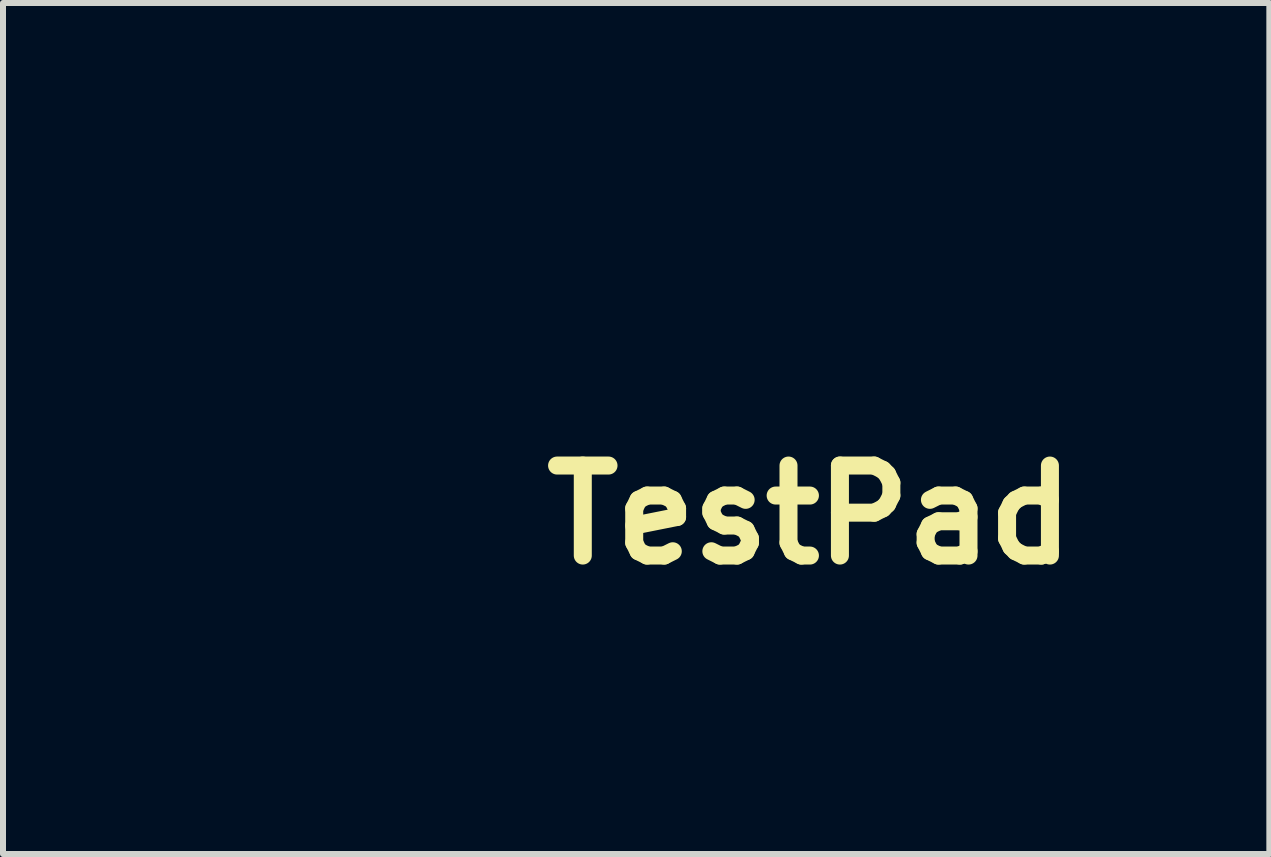
<source format=kicad_pcb>
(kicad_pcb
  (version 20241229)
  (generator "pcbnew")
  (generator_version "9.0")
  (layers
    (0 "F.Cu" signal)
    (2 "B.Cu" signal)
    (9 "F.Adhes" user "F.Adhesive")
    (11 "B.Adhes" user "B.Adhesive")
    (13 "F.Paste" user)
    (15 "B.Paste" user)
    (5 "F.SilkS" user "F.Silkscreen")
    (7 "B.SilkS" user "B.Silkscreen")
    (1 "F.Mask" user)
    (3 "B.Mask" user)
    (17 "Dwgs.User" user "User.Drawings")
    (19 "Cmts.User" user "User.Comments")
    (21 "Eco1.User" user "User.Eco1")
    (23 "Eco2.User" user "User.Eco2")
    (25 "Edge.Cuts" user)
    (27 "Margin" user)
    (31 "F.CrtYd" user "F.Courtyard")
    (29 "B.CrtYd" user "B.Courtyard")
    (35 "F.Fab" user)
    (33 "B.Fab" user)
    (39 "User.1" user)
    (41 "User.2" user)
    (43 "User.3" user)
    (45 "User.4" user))
  (footprint "TestPad"
    (layer "F.Cu")
    (at 10.449 5.531)
    (property "Reference" "TestPad" (at 0 0 0) (layer "F.SilkS") (effects (font (size 1.5 1.5) (thickness 0.3))))
    (attr board_only exclude_from_pos_files exclude_from_bom)
    (fp_poly (pts (xy -0.204 -2.7) (xy 0.333 -2.695) (xy 0.768 -2.686) (xy 1.125 -2.672) (xy 1.427 -2.652) (xy 1.696 -2.624) (xy 1.955 -2.587) (xy 2.143 -2.555) (xy 2.561 -2.479) (xy 2.874 -2.418) (xy 3.099 -2.367) (xy 3.253 -2.322) (xy 3.353 -2.278) (xy 3.417 -2.23) (xy 3.445 -2.196) (xy 3.494 -2.069) (xy 3.536 -1.851) (xy 3.567 -1.576) (xy 3.586 -1.276) (xy 3.589 -0.986) (xy 3.573 -0.737) (xy 3.572 -0.729) (xy 3.432 -0.097) (xy 3.182 0.499) (xy 2.833 1.046) (xy 2.4 1.53) (xy 1.893 1.936) (xy 1.326 2.251) (xy 0.807 2.435) (xy 0.4 2.542) (xy 0.081 2.613) (xy -0.181 2.65) (xy -0.417 2.653) (xy -0.657 2.622) (xy -0.934 2.557) (xy -1.273 2.46) (xy -1.877 2.245) (xy -2.429 1.976) (xy -2.91 1.666) (xy -3.298 1.326) (xy -3.458 1.139) (xy -3.558 0.998) (xy -3.586 0.917) (xy -3.548 0.861) (xy -3.526 0.844) (xy -3.39 0.789) (xy -3.144 0.741) (xy -2.804 0.698) (xy -2.385 0.661) (xy -1.903 0.632) (xy -1.372 0.611) (xy -0.807 0.598) (xy -0.224 0.593) (xy 0.363 0.599) (xy 0.938 0.614) (xy 1.486 0.64) (xy 1.493 0.641) (xy 2.333 0.692) (xy 2.535 0.381) (xy 2.668 0.147) (xy 2.784 -0.105) (xy 2.829 -0.229) (xy 2.881 -0.446) (xy 2.922 -0.712) (xy 2.951 -0.994) (xy 2.964 -1.257) (xy 2.959 -1.47) (xy 2.934 -1.599) (xy 2.928 -1.609) (xy 2.892 -1.639) (xy 2.82 -1.656) (xy 2.697 -1.661) (xy 2.506 -1.654) (xy 2.23 -1.633) (xy 1.852 -1.598) (xy 1.708 -1.584) (xy 1.261 -1.545) (xy 0.849 -1.517) (xy 0.44 -1.501) (xy 0.001 -1.495) (xy -0.501 -1.499) (xy -1.015 -1.509) (xy -1.58 -1.524) (xy -2.032 -1.542) (xy -2.384 -1.565) (xy -2.647 -1.593) (xy -2.832 -1.63) (xy -2.952 -1.677) (xy -3.018 -1.735) (xy -3.042 -1.807) (xy -3.043 -1.827) (xy -3.008 -2.037) (xy -2.918 -2.254) (xy -2.797 -2.427) (xy -2.717 -2.492) (xy -2.557 -2.559) (xy -2.345 -2.612) (xy -2.069 -2.651) (xy -1.716 -2.679) (xy -1.275 -2.695) (xy -0.732 -2.702)) (stroke (width 0) (type solid)) (fill yes) (layer "F.Mask"))
    (fp_poly (pts (xy -6.486 -5.522) (xy -6.299 -5.472) (xy -6.254 -5.449) (xy -6.15 -5.4) (xy -5.994 -5.344) (xy -5.815 -5.291) (xy -5.777 -5.281) (xy -5.259 -5.109) (xy -4.764 -4.862) (xy -4.306 -4.551) (xy -3.904 -4.185) (xy -3.862 -4.141) (xy -3.718 -3.972) (xy -3.636 -3.847) (xy -3.614 -3.757) (xy -3.649 -3.692) (xy -3.688 -3.666) (xy -3.775 -3.639) (xy -3.935 -3.608) (xy -4.155 -3.576) (xy -4.424 -3.543) (xy -4.729 -3.512) (xy -5.058 -3.483) (xy -5.4 -3.458) (xy -5.473 -3.453) (xy -6.315 -3.416) (xy -7.129 -3.416) (xy -7.957 -3.452) (xy -8.307 -3.477) (xy -9.168 -3.545) (xy -9.265 -3.454) (xy -9.355 -3.34) (xy -9.456 -3.163) (xy -9.559 -2.943) (xy -9.656 -2.701) (xy -9.739 -2.454) (xy -9.799 -2.224) (xy -9.8 -2.216) (xy -9.851 -1.943) (xy -9.877 -1.729) (xy -9.879 -1.551) (xy -9.859 -1.388) (xy -9.856 -1.373) (xy -9.828 -1.235) (xy -9.506 -1.26) (xy -9.341 -1.274) (xy -9.119 -1.295) (xy -8.867 -1.321) (xy -8.611 -1.348) (xy -8.569 -1.353) (xy -8.287 -1.378) (xy -7.938 -1.397) (xy -7.538 -1.411) (xy -7.105 -1.42) (xy -6.655 -1.424) (xy -6.206 -1.421) (xy -5.775 -1.413) (xy -5.379 -1.4) (xy -5.035 -1.38) (xy -4.965 -1.375) (xy -4.689 -1.35) (xy -4.488 -1.323) (xy -4.351 -1.291) (xy -4.268 -1.249) (xy -4.228 -1.192) (xy -4.222 -1.115) (xy -4.23 -1.061) (xy -4.267 -0.923) (xy -4.325 -0.767) (xy -4.395 -0.616) (xy -4.465 -0.495) (xy -4.523 -0.425) (xy -4.535 -0.419) (xy -4.677 -0.381) (xy -4.895 -0.346) (xy -5.179 -0.315) (xy -5.52 -0.29) (xy -5.909 -0.27) (xy -6.337 -0.256) (xy -6.618 -0.251) (xy -6.927 -0.248) (xy -7.214 -0.246) (xy -7.468 -0.246) (xy -7.675 -0.247) (xy -7.821 -0.25) (xy -7.89 -0.254) (xy -7.987 -0.265) (xy -8.147 -0.283) (xy -8.351 -0.305) (xy -8.578 -0.33) (xy -8.633 -0.336) (xy -8.929 -0.372) (xy -9.227 -0.415) (xy -9.513 -0.463) (xy -9.774 -0.513) (xy -9.996 -0.562) (xy -10.167 -0.609) (xy -10.272 -0.649) (xy -10.295 -0.664) (xy -10.327 -0.731) (xy -10.364 -0.859) (xy -10.398 -1.026) (xy -10.412 -1.109) (xy -10.449 -1.636) (xy -10.405 -2.166) (xy -10.284 -2.687) (xy -10.088 -3.191) (xy -9.821 -3.666) (xy -9.511 -4.072) (xy -9.253 -4.349) (xy -9 -4.572) (xy -8.724 -4.766) (xy -8.437 -4.932) (xy -8.256 -5.022) (xy -8.052 -5.113) (xy -7.845 -5.195) (xy -7.656 -5.262) (xy -7.506 -5.306) (xy -7.427 -5.318) (xy -7.354 -5.337) (xy -7.236 -5.383) (xy -7.148 -5.424) (xy -6.939 -5.497) (xy -6.708 -5.531)) (stroke (width 0) (type solid)) (fill yes) (layer "F.Mask")))
  (gr_rect
    (start -3 -3)
    (end 18.106 11.184)
    (stroke (width 0.1) (type default))
    (fill no)
    (layer "Edge.Cuts")))
</source>
